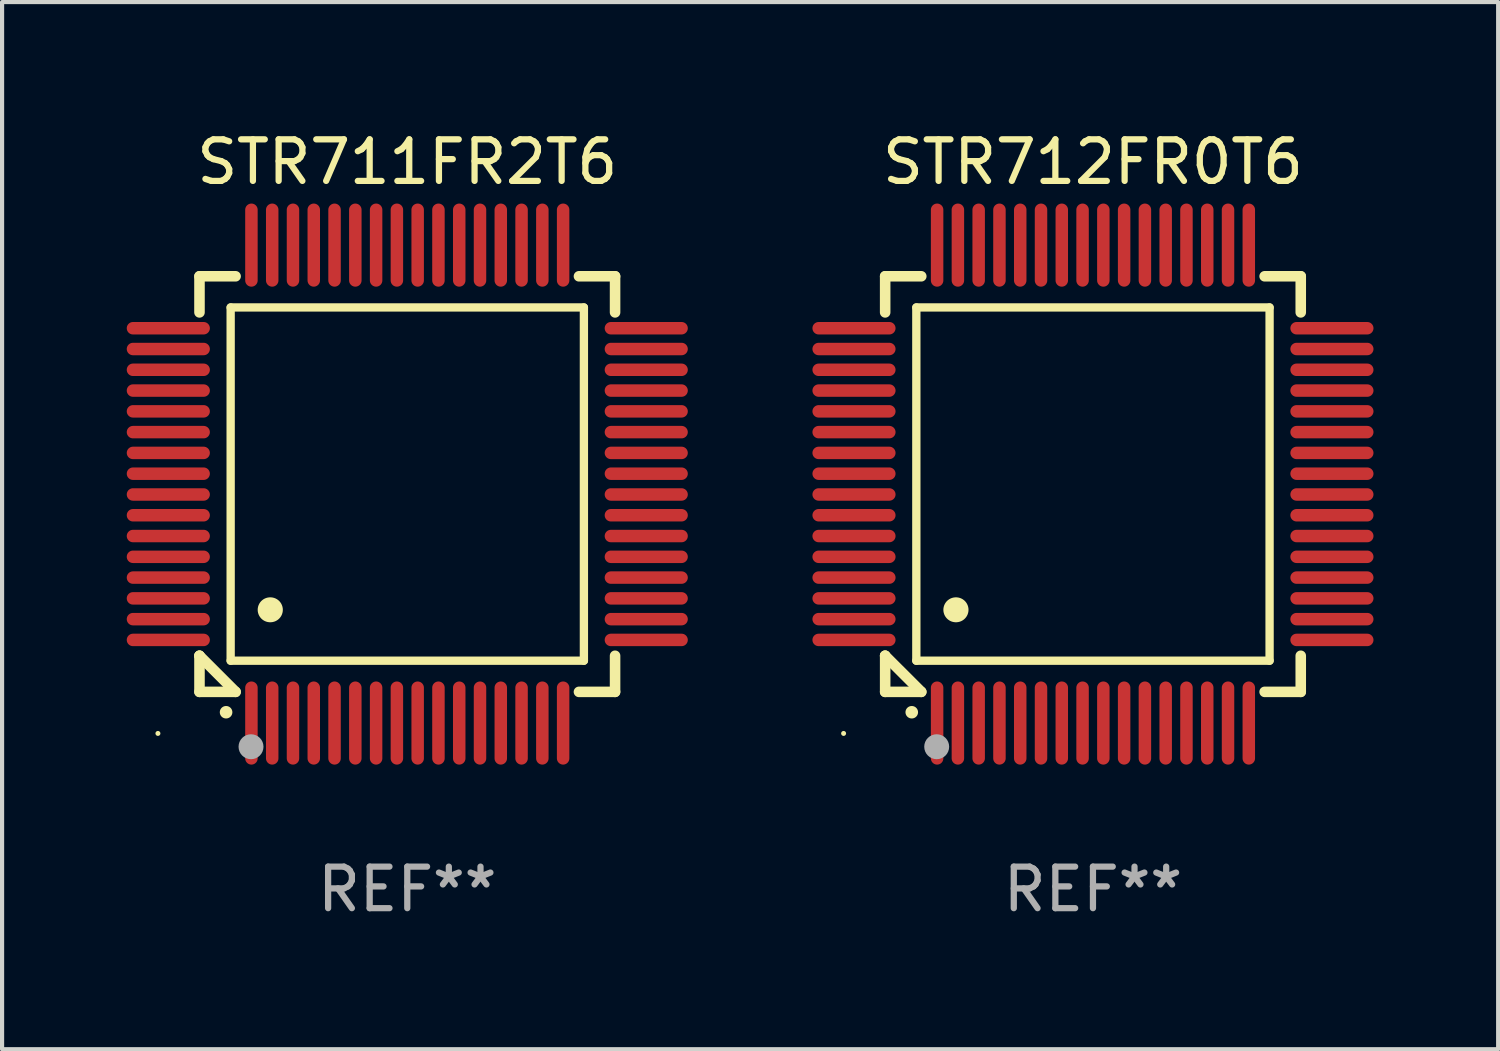
<source format=kicad_pcb>
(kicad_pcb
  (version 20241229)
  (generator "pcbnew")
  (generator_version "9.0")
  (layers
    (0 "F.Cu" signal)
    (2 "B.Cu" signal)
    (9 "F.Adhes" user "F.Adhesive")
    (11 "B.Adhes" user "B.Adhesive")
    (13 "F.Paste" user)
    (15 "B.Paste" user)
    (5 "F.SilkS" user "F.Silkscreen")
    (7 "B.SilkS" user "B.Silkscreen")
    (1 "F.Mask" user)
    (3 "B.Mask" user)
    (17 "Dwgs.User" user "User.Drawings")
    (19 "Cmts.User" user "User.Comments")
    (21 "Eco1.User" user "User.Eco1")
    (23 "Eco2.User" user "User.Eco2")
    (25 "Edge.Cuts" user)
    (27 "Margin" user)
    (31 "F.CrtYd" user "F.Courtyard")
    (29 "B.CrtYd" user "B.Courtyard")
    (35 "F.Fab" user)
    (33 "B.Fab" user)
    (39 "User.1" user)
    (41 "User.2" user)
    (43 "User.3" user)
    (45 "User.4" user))
  (footprint "STR712FR0T6"
    (layer "F.Cu")
    (at 23.249 8.598)
    (property "Reference" "STR712FR0T6" (at 0 -7.75 0) (layer "F.SilkS") (effects (font (size 1 1) (thickness 0.15))))
    (attr through_hole)
    (fp_line (start -5 -5) (end -4.131 -5) (stroke (width 0.254) (type solid)) (layer "F.SilkS"))
    (fp_line (start -5 -4.131) (end -5 -5) (stroke (width 0.254) (type solid)) (layer "F.SilkS"))
    (fp_line (start -5 4.131) (end -5 4.131) (stroke (width 0.254) (type solid)) (layer "F.SilkS"))
    (fp_line (start -5 5) (end -5 4.131) (stroke (width 0.254) (type solid)) (layer "F.SilkS"))
    (fp_line (start -5 4.131) (end -4.131 5) (stroke (width 0.254) (type solid)) (layer "F.SilkS"))
    (fp_line (start -4.25 -4.25) (end -4.25 4.25) (stroke (width 0.2) (type solid)) (layer "F.SilkS"))
    (fp_line (start -4.25 4.25) (end 4.25 4.25) (stroke (width 0.2) (type solid)) (layer "F.SilkS"))
    (fp_line (start -4.131 5) (end -5 5) (stroke (width 0.254) (type solid)) (layer "F.SilkS"))
    (fp_line (start 4.25 -4.25) (end -4.25 -4.25) (stroke (width 0.2) (type solid)) (layer "F.SilkS"))
    (fp_line (start 4.25 4.25) (end 4.25 -4.25) (stroke (width 0.2) (type solid)) (layer "F.SilkS"))
    (fp_line (start 5 -5) (end 4.131 -5) (stroke (width 0.254) (type solid)) (layer "F.SilkS"))
    (fp_line (start 5 -5) (end 5 -4.131) (stroke (width 0.254) (type solid)) (layer "F.SilkS"))
    (fp_line (start 5 4.131) (end 5 5) (stroke (width 0.254) (type solid)) (layer "F.SilkS"))
    (fp_line (start 5 5) (end 4.131 5) (stroke (width 0.254) (type solid)) (layer "F.SilkS"))
    (fp_arc (start -4.361265 5.489992) (mid -4.359995 5.489987) (end -4.358725 5.489992) (stroke (width 0.3) (type solid)) (layer "F.SilkS"))
    (fp_arc (start -3.299467 3.025146) (mid -3.296927 3.025135) (end -3.294387 3.025146) (stroke (width 0.6) (type solid)) (layer "F.SilkS"))
    (fp_circle (center -6 6) (end -5.97 6) (stroke (width 0.06) (type solid)) (fill no) (layer "F.SilkS"))
    (fp_circle (center -3.76 6.32) (end -3.61 6.32) (stroke (width 0.3) (type solid)) (fill no) (layer "F.Fab"))
    (fp_text user "REF**" (at 0 9.75 0) (layer "F.Fab") (effects (font (size 1 1) (thickness 0.15))))
    (pad "1" smd oval (at -3.75 5.75) (size 0.3 2) (layers "F.Cu" "F.Mask" "F.Paste"))
    (pad "2" smd oval (at -3.25 5.75) (size 0.3 2) (layers "F.Cu" "F.Mask" "F.Paste"))
    (pad "3" smd oval (at -2.75 5.75) (size 0.3 2) (layers "F.Cu" "F.Mask" "F.Paste"))
    (pad "4" smd oval (at -2.25 5.75) (size 0.3 2) (layers "F.Cu" "F.Mask" "F.Paste"))
    (pad "5" smd oval (at -1.75 5.75) (size 0.3 2) (layers "F.Cu" "F.Mask" "F.Paste"))
    (pad "6" smd oval (at -1.25 5.75) (size 0.3 2) (layers "F.Cu" "F.Mask" "F.Paste"))
    (pad "7" smd oval (at -0.75 5.75) (size 0.3 2) (layers "F.Cu" "F.Mask" "F.Paste"))
    (pad "8" smd oval (at -0.25 5.75) (size 0.3 2) (layers "F.Cu" "F.Mask" "F.Paste"))
    (pad "9" smd oval (at 0.25 5.75) (size 0.3 2) (layers "F.Cu" "F.Mask" "F.Paste"))
    (pad "10" smd oval (at 0.75 5.75) (size 0.3 2) (layers "F.Cu" "F.Mask" "F.Paste"))
    (pad "11" smd oval (at 1.25 5.75) (size 0.3 2) (layers "F.Cu" "F.Mask" "F.Paste"))
    (pad "12" smd oval (at 1.75 5.75) (size 0.3 2) (layers "F.Cu" "F.Mask" "F.Paste"))
    (pad "13" smd oval (at 2.25 5.75) (size 0.3 2) (layers "F.Cu" "F.Mask" "F.Paste"))
    (pad "14" smd oval (at 2.75 5.75) (size 0.3 2) (layers "F.Cu" "F.Mask" "F.Paste"))
    (pad "15" smd oval (at 3.25 5.75) (size 0.3 2) (layers "F.Cu" "F.Mask" "F.Paste"))
    (pad "16" smd oval (at 3.75 5.75) (size 0.3 2) (layers "F.Cu" "F.Mask" "F.Paste"))
    (pad "17" smd oval (at 5.75 3.75) (size 2 0.3) (layers "F.Cu" "F.Mask" "F.Paste"))
    (pad "18" smd oval (at 5.75 3.25) (size 2 0.3) (layers "F.Cu" "F.Mask" "F.Paste"))
    (pad "19" smd oval (at 5.75 2.75) (size 2 0.3) (layers "F.Cu" "F.Mask" "F.Paste"))
    (pad "20" smd oval (at 5.75 2.25) (size 2 0.3) (layers "F.Cu" "F.Mask" "F.Paste"))
    (pad "21" smd oval (at 5.75 1.75) (size 2 0.3) (layers "F.Cu" "F.Mask" "F.Paste"))
    (pad "22" smd oval (at 5.75 1.25) (size 2 0.3) (layers "F.Cu" "F.Mask" "F.Paste"))
    (pad "23" smd oval (at 5.75 0.75) (size 2 0.3) (layers "F.Cu" "F.Mask" "F.Paste"))
    (pad "24" smd oval (at 5.75 0.25) (size 2 0.3) (layers "F.Cu" "F.Mask" "F.Paste"))
    (pad "25" smd oval (at 5.75 -0.25) (size 2 0.3) (layers "F.Cu" "F.Mask" "F.Paste"))
    (pad "26" smd oval (at 5.75 -0.75) (size 2 0.3) (layers "F.Cu" "F.Mask" "F.Paste"))
    (pad "27" smd oval (at 5.75 -1.25) (size 2 0.3) (layers "F.Cu" "F.Mask" "F.Paste"))
    (pad "28" smd oval (at 5.75 -1.75) (size 2 0.3) (layers "F.Cu" "F.Mask" "F.Paste"))
    (pad "29" smd oval (at 5.75 -2.25) (size 2 0.3) (layers "F.Cu" "F.Mask" "F.Paste"))
    (pad "30" smd oval (at 5.75 -2.75) (size 2 0.3) (layers "F.Cu" "F.Mask" "F.Paste"))
    (pad "31" smd oval (at 5.75 -3.25) (size 2 0.3) (layers "F.Cu" "F.Mask" "F.Paste"))
    (pad "32" smd oval (at 5.75 -3.75) (size 2 0.3) (layers "F.Cu" "F.Mask" "F.Paste"))
    (pad "33" smd oval (at 3.75 -5.75) (size 0.3 2) (layers "F.Cu" "F.Mask" "F.Paste"))
    (pad "34" smd oval (at 3.25 -5.75) (size 0.3 2) (layers "F.Cu" "F.Mask" "F.Paste"))
    (pad "35" smd oval (at 2.75 -5.75) (size 0.3 2) (layers "F.Cu" "F.Mask" "F.Paste"))
    (pad "36" smd oval (at 2.25 -5.75) (size 0.3 2) (layers "F.Cu" "F.Mask" "F.Paste"))
    (pad "37" smd oval (at 1.75 -5.75) (size 0.3 2) (layers "F.Cu" "F.Mask" "F.Paste"))
    (pad "38" smd oval (at 1.25 -5.75) (size 0.3 2) (layers "F.Cu" "F.Mask" "F.Paste"))
    (pad "39" smd oval (at 0.75 -5.75) (size 0.3 2) (layers "F.Cu" "F.Mask" "F.Paste"))
    (pad "40" smd oval (at 0.25 -5.75) (size 0.3 2) (layers "F.Cu" "F.Mask" "F.Paste"))
    (pad "41" smd oval (at -0.25 -5.75) (size 0.3 2) (layers "F.Cu" "F.Mask" "F.Paste"))
    (pad "42" smd oval (at -0.75 -5.75) (size 0.3 2) (layers "F.Cu" "F.Mask" "F.Paste"))
    (pad "43" smd oval (at -1.25 -5.75) (size 0.3 2) (layers "F.Cu" "F.Mask" "F.Paste"))
    (pad "44" smd oval (at -1.75 -5.75) (size 0.3 2) (layers "F.Cu" "F.Mask" "F.Paste"))
    (pad "45" smd oval (at -2.25 -5.75) (size 0.3 2) (layers "F.Cu" "F.Mask" "F.Paste"))
    (pad "46" smd oval (at -2.75 -5.75) (size 0.3 2) (layers "F.Cu" "F.Mask" "F.Paste"))
    (pad "47" smd oval (at -3.25 -5.75) (size 0.3 2) (layers "F.Cu" "F.Mask" "F.Paste"))
    (pad "48" smd oval (at -3.75 -5.75) (size 0.3 2) (layers "F.Cu" "F.Mask" "F.Paste"))
    (pad "49" smd oval (at -5.75 -3.75) (size 2 0.3) (layers "F.Cu" "F.Mask" "F.Paste"))
    (pad "50" smd oval (at -5.75 -3.25) (size 2 0.3) (layers "F.Cu" "F.Mask" "F.Paste"))
    (pad "51" smd oval (at -5.75 -2.75) (size 2 0.3) (layers "F.Cu" "F.Mask" "F.Paste"))
    (pad "52" smd oval (at -5.75 -2.25) (size 2 0.3) (layers "F.Cu" "F.Mask" "F.Paste"))
    (pad "53" smd oval (at -5.75 -1.75) (size 2 0.3) (layers "F.Cu" "F.Mask" "F.Paste"))
    (pad "54" smd oval (at -5.75 -1.25) (size 2 0.3) (layers "F.Cu" "F.Mask" "F.Paste"))
    (pad "55" smd oval (at -5.75 -0.75) (size 2 0.3) (layers "F.Cu" "F.Mask" "F.Paste"))
    (pad "56" smd oval (at -5.75 -0.25) (size 2 0.3) (layers "F.Cu" "F.Mask" "F.Paste"))
    (pad "57" smd oval (at -5.75 0.25) (size 2 0.3) (layers "F.Cu" "F.Mask" "F.Paste"))
    (pad "58" smd oval (at -5.75 0.75) (size 2 0.3) (layers "F.Cu" "F.Mask" "F.Paste"))
    (pad "59" smd oval (at -5.75 1.25) (size 2 0.3) (layers "F.Cu" "F.Mask" "F.Paste"))
    (pad "60" smd oval (at -5.75 1.75) (size 2 0.3) (layers "F.Cu" "F.Mask" "F.Paste"))
    (pad "61" smd oval (at -5.75 2.25) (size 2 0.3) (layers "F.Cu" "F.Mask" "F.Paste"))
    (pad "62" smd oval (at -5.75 2.75) (size 2 0.3) (layers "F.Cu" "F.Mask" "F.Paste"))
    (pad "63" smd oval (at -5.75 3.25) (size 2 0.3) (layers "F.Cu" "F.Mask" "F.Paste"))
    (pad "64" smd oval (at -5.75 3.75) (size 2 0.3) (layers "F.Cu" "F.Mask" "F.Paste")))
  (footprint "STR711FR2T6"
    (layer "F.Cu")
    (at 6.75 8.598)
    (property "Reference" "STR711FR2T6" (at 0 -7.75 0) (layer "F.SilkS") (effects (font (size 1 1) (thickness 0.15))))
    (attr through_hole)
    (fp_line (start -5 -5) (end -4.131 -5) (stroke (width 0.254) (type solid)) (layer "F.SilkS"))
    (fp_line (start -5 -4.131) (end -5 -5) (stroke (width 0.254) (type solid)) (layer "F.SilkS"))
    (fp_line (start -5 4.131) (end -5 4.131) (stroke (width 0.254) (type solid)) (layer "F.SilkS"))
    (fp_line (start -5 5) (end -5 4.131) (stroke (width 0.254) (type solid)) (layer "F.SilkS"))
    (fp_line (start -5 4.131) (end -4.131 5) (stroke (width 0.254) (type solid)) (layer "F.SilkS"))
    (fp_line (start -4.25 -4.25) (end -4.25 4.25) (stroke (width 0.2) (type solid)) (layer "F.SilkS"))
    (fp_line (start -4.25 4.25) (end 4.25 4.25) (stroke (width 0.2) (type solid)) (layer "F.SilkS"))
    (fp_line (start -4.131 5) (end -5 5) (stroke (width 0.254) (type solid)) (layer "F.SilkS"))
    (fp_line (start 4.25 -4.25) (end -4.25 -4.25) (stroke (width 0.2) (type solid)) (layer "F.SilkS"))
    (fp_line (start 4.25 4.25) (end 4.25 -4.25) (stroke (width 0.2) (type solid)) (layer "F.SilkS"))
    (fp_line (start 5 -5) (end 4.131 -5) (stroke (width 0.254) (type solid)) (layer "F.SilkS"))
    (fp_line (start 5 -5) (end 5 -4.131) (stroke (width 0.254) (type solid)) (layer "F.SilkS"))
    (fp_line (start 5 4.131) (end 5 5) (stroke (width 0.254) (type solid)) (layer "F.SilkS"))
    (fp_line (start 5 5) (end 4.131 5) (stroke (width 0.254) (type solid)) (layer "F.SilkS"))
    (fp_arc (start -4.361265 5.489992) (mid -4.359995 5.489987) (end -4.358725 5.489992) (stroke (width 0.3) (type solid)) (layer "F.SilkS"))
    (fp_arc (start -3.299467 3.025146) (mid -3.296927 3.025135) (end -3.294387 3.025146) (stroke (width 0.6) (type solid)) (layer "F.SilkS"))
    (fp_circle (center -6 6) (end -5.97 6) (stroke (width 0.06) (type solid)) (fill no) (layer "F.SilkS"))
    (fp_circle (center -3.76 6.32) (end -3.61 6.32) (stroke (width 0.3) (type solid)) (fill no) (layer "F.Fab"))
    (fp_text user "REF**" (at 0 9.75 0) (layer "F.Fab") (effects (font (size 1 1) (thickness 0.15))))
    (pad "1" smd oval (at -3.75 5.75) (size 0.3 2) (layers "F.Cu" "F.Mask" "F.Paste"))
    (pad "2" smd oval (at -3.25 5.75) (size 0.3 2) (layers "F.Cu" "F.Mask" "F.Paste"))
    (pad "3" smd oval (at -2.75 5.75) (size 0.3 2) (layers "F.Cu" "F.Mask" "F.Paste"))
    (pad "4" smd oval (at -2.25 5.75) (size 0.3 2) (layers "F.Cu" "F.Mask" "F.Paste"))
    (pad "5" smd oval (at -1.75 5.75) (size 0.3 2) (layers "F.Cu" "F.Mask" "F.Paste"))
    (pad "6" smd oval (at -1.25 5.75) (size 0.3 2) (layers "F.Cu" "F.Mask" "F.Paste"))
    (pad "7" smd oval (at -0.75 5.75) (size 0.3 2) (layers "F.Cu" "F.Mask" "F.Paste"))
    (pad "8" smd oval (at -0.25 5.75) (size 0.3 2) (layers "F.Cu" "F.Mask" "F.Paste"))
    (pad "9" smd oval (at 0.25 5.75) (size 0.3 2) (layers "F.Cu" "F.Mask" "F.Paste"))
    (pad "10" smd oval (at 0.75 5.75) (size 0.3 2) (layers "F.Cu" "F.Mask" "F.Paste"))
    (pad "11" smd oval (at 1.25 5.75) (size 0.3 2) (layers "F.Cu" "F.Mask" "F.Paste"))
    (pad "12" smd oval (at 1.75 5.75) (size 0.3 2) (layers "F.Cu" "F.Mask" "F.Paste"))
    (pad "13" smd oval (at 2.25 5.75) (size 0.3 2) (layers "F.Cu" "F.Mask" "F.Paste"))
    (pad "14" smd oval (at 2.75 5.75) (size 0.3 2) (layers "F.Cu" "F.Mask" "F.Paste"))
    (pad "15" smd oval (at 3.25 5.75) (size 0.3 2) (layers "F.Cu" "F.Mask" "F.Paste"))
    (pad "16" smd oval (at 3.75 5.75) (size 0.3 2) (layers "F.Cu" "F.Mask" "F.Paste"))
    (pad "17" smd oval (at 5.75 3.75) (size 2 0.3) (layers "F.Cu" "F.Mask" "F.Paste"))
    (pad "18" smd oval (at 5.75 3.25) (size 2 0.3) (layers "F.Cu" "F.Mask" "F.Paste"))
    (pad "19" smd oval (at 5.75 2.75) (size 2 0.3) (layers "F.Cu" "F.Mask" "F.Paste"))
    (pad "20" smd oval (at 5.75 2.25) (size 2 0.3) (layers "F.Cu" "F.Mask" "F.Paste"))
    (pad "21" smd oval (at 5.75 1.75) (size 2 0.3) (layers "F.Cu" "F.Mask" "F.Paste"))
    (pad "22" smd oval (at 5.75 1.25) (size 2 0.3) (layers "F.Cu" "F.Mask" "F.Paste"))
    (pad "23" smd oval (at 5.75 0.75) (size 2 0.3) (layers "F.Cu" "F.Mask" "F.Paste"))
    (pad "24" smd oval (at 5.75 0.25) (size 2 0.3) (layers "F.Cu" "F.Mask" "F.Paste"))
    (pad "25" smd oval (at 5.75 -0.25) (size 2 0.3) (layers "F.Cu" "F.Mask" "F.Paste"))
    (pad "26" smd oval (at 5.75 -0.75) (size 2 0.3) (layers "F.Cu" "F.Mask" "F.Paste"))
    (pad "27" smd oval (at 5.75 -1.25) (size 2 0.3) (layers "F.Cu" "F.Mask" "F.Paste"))
    (pad "28" smd oval (at 5.75 -1.75) (size 2 0.3) (layers "F.Cu" "F.Mask" "F.Paste"))
    (pad "29" smd oval (at 5.75 -2.25) (size 2 0.3) (layers "F.Cu" "F.Mask" "F.Paste"))
    (pad "30" smd oval (at 5.75 -2.75) (size 2 0.3) (layers "F.Cu" "F.Mask" "F.Paste"))
    (pad "31" smd oval (at 5.75 -3.25) (size 2 0.3) (layers "F.Cu" "F.Mask" "F.Paste"))
    (pad "32" smd oval (at 5.75 -3.75) (size 2 0.3) (layers "F.Cu" "F.Mask" "F.Paste"))
    (pad "33" smd oval (at 3.75 -5.75) (size 0.3 2) (layers "F.Cu" "F.Mask" "F.Paste"))
    (pad "34" smd oval (at 3.25 -5.75) (size 0.3 2) (layers "F.Cu" "F.Mask" "F.Paste"))
    (pad "35" smd oval (at 2.75 -5.75) (size 0.3 2) (layers "F.Cu" "F.Mask" "F.Paste"))
    (pad "36" smd oval (at 2.25 -5.75) (size 0.3 2) (layers "F.Cu" "F.Mask" "F.Paste"))
    (pad "37" smd oval (at 1.75 -5.75) (size 0.3 2) (layers "F.Cu" "F.Mask" "F.Paste"))
    (pad "38" smd oval (at 1.25 -5.75) (size 0.3 2) (layers "F.Cu" "F.Mask" "F.Paste"))
    (pad "39" smd oval (at 0.75 -5.75) (size 0.3 2) (layers "F.Cu" "F.Mask" "F.Paste"))
    (pad "40" smd oval (at 0.25 -5.75) (size 0.3 2) (layers "F.Cu" "F.Mask" "F.Paste"))
    (pad "41" smd oval (at -0.25 -5.75) (size 0.3 2) (layers "F.Cu" "F.Mask" "F.Paste"))
    (pad "42" smd oval (at -0.75 -5.75) (size 0.3 2) (layers "F.Cu" "F.Mask" "F.Paste"))
    (pad "43" smd oval (at -1.25 -5.75) (size 0.3 2) (layers "F.Cu" "F.Mask" "F.Paste"))
    (pad "44" smd oval (at -1.75 -5.75) (size 0.3 2) (layers "F.Cu" "F.Mask" "F.Paste"))
    (pad "45" smd oval (at -2.25 -5.75) (size 0.3 2) (layers "F.Cu" "F.Mask" "F.Paste"))
    (pad "46" smd oval (at -2.75 -5.75) (size 0.3 2) (layers "F.Cu" "F.Mask" "F.Paste"))
    (pad "47" smd oval (at -3.25 -5.75) (size 0.3 2) (layers "F.Cu" "F.Mask" "F.Paste"))
    (pad "48" smd oval (at -3.75 -5.75) (size 0.3 2) (layers "F.Cu" "F.Mask" "F.Paste"))
    (pad "49" smd oval (at -5.75 -3.75) (size 2 0.3) (layers "F.Cu" "F.Mask" "F.Paste"))
    (pad "50" smd oval (at -5.75 -3.25) (size 2 0.3) (layers "F.Cu" "F.Mask" "F.Paste"))
    (pad "51" smd oval (at -5.75 -2.75) (size 2 0.3) (layers "F.Cu" "F.Mask" "F.Paste"))
    (pad "52" smd oval (at -5.75 -2.25) (size 2 0.3) (layers "F.Cu" "F.Mask" "F.Paste"))
    (pad "53" smd oval (at -5.75 -1.75) (size 2 0.3) (layers "F.Cu" "F.Mask" "F.Paste"))
    (pad "54" smd oval (at -5.75 -1.25) (size 2 0.3) (layers "F.Cu" "F.Mask" "F.Paste"))
    (pad "55" smd oval (at -5.75 -0.75) (size 2 0.3) (layers "F.Cu" "F.Mask" "F.Paste"))
    (pad "56" smd oval (at -5.75 -0.25) (size 2 0.3) (layers "F.Cu" "F.Mask" "F.Paste"))
    (pad "57" smd oval (at -5.75 0.25) (size 2 0.3) (layers "F.Cu" "F.Mask" "F.Paste"))
    (pad "58" smd oval (at -5.75 0.75) (size 2 0.3) (layers "F.Cu" "F.Mask" "F.Paste"))
    (pad "59" smd oval (at -5.75 1.25) (size 2 0.3) (layers "F.Cu" "F.Mask" "F.Paste"))
    (pad "60" smd oval (at -5.75 1.75) (size 2 0.3) (layers "F.Cu" "F.Mask" "F.Paste"))
    (pad "61" smd oval (at -5.75 2.25) (size 2 0.3) (layers "F.Cu" "F.Mask" "F.Paste"))
    (pad "62" smd oval (at -5.75 2.75) (size 2 0.3) (layers "F.Cu" "F.Mask" "F.Paste"))
    (pad "63" smd oval (at -5.75 3.25) (size 2 0.3) (layers "F.Cu" "F.Mask" "F.Paste"))
    (pad "64" smd oval (at -5.75 3.75) (size 2 0.3) (layers "F.Cu" "F.Mask" "F.Paste")))
  (gr_rect
    (start -3 -3)
    (end 32.999 22.196)
    (stroke (width 0.1) (type default))
    (fill no)
    (layer "Edge.Cuts")))
</source>
